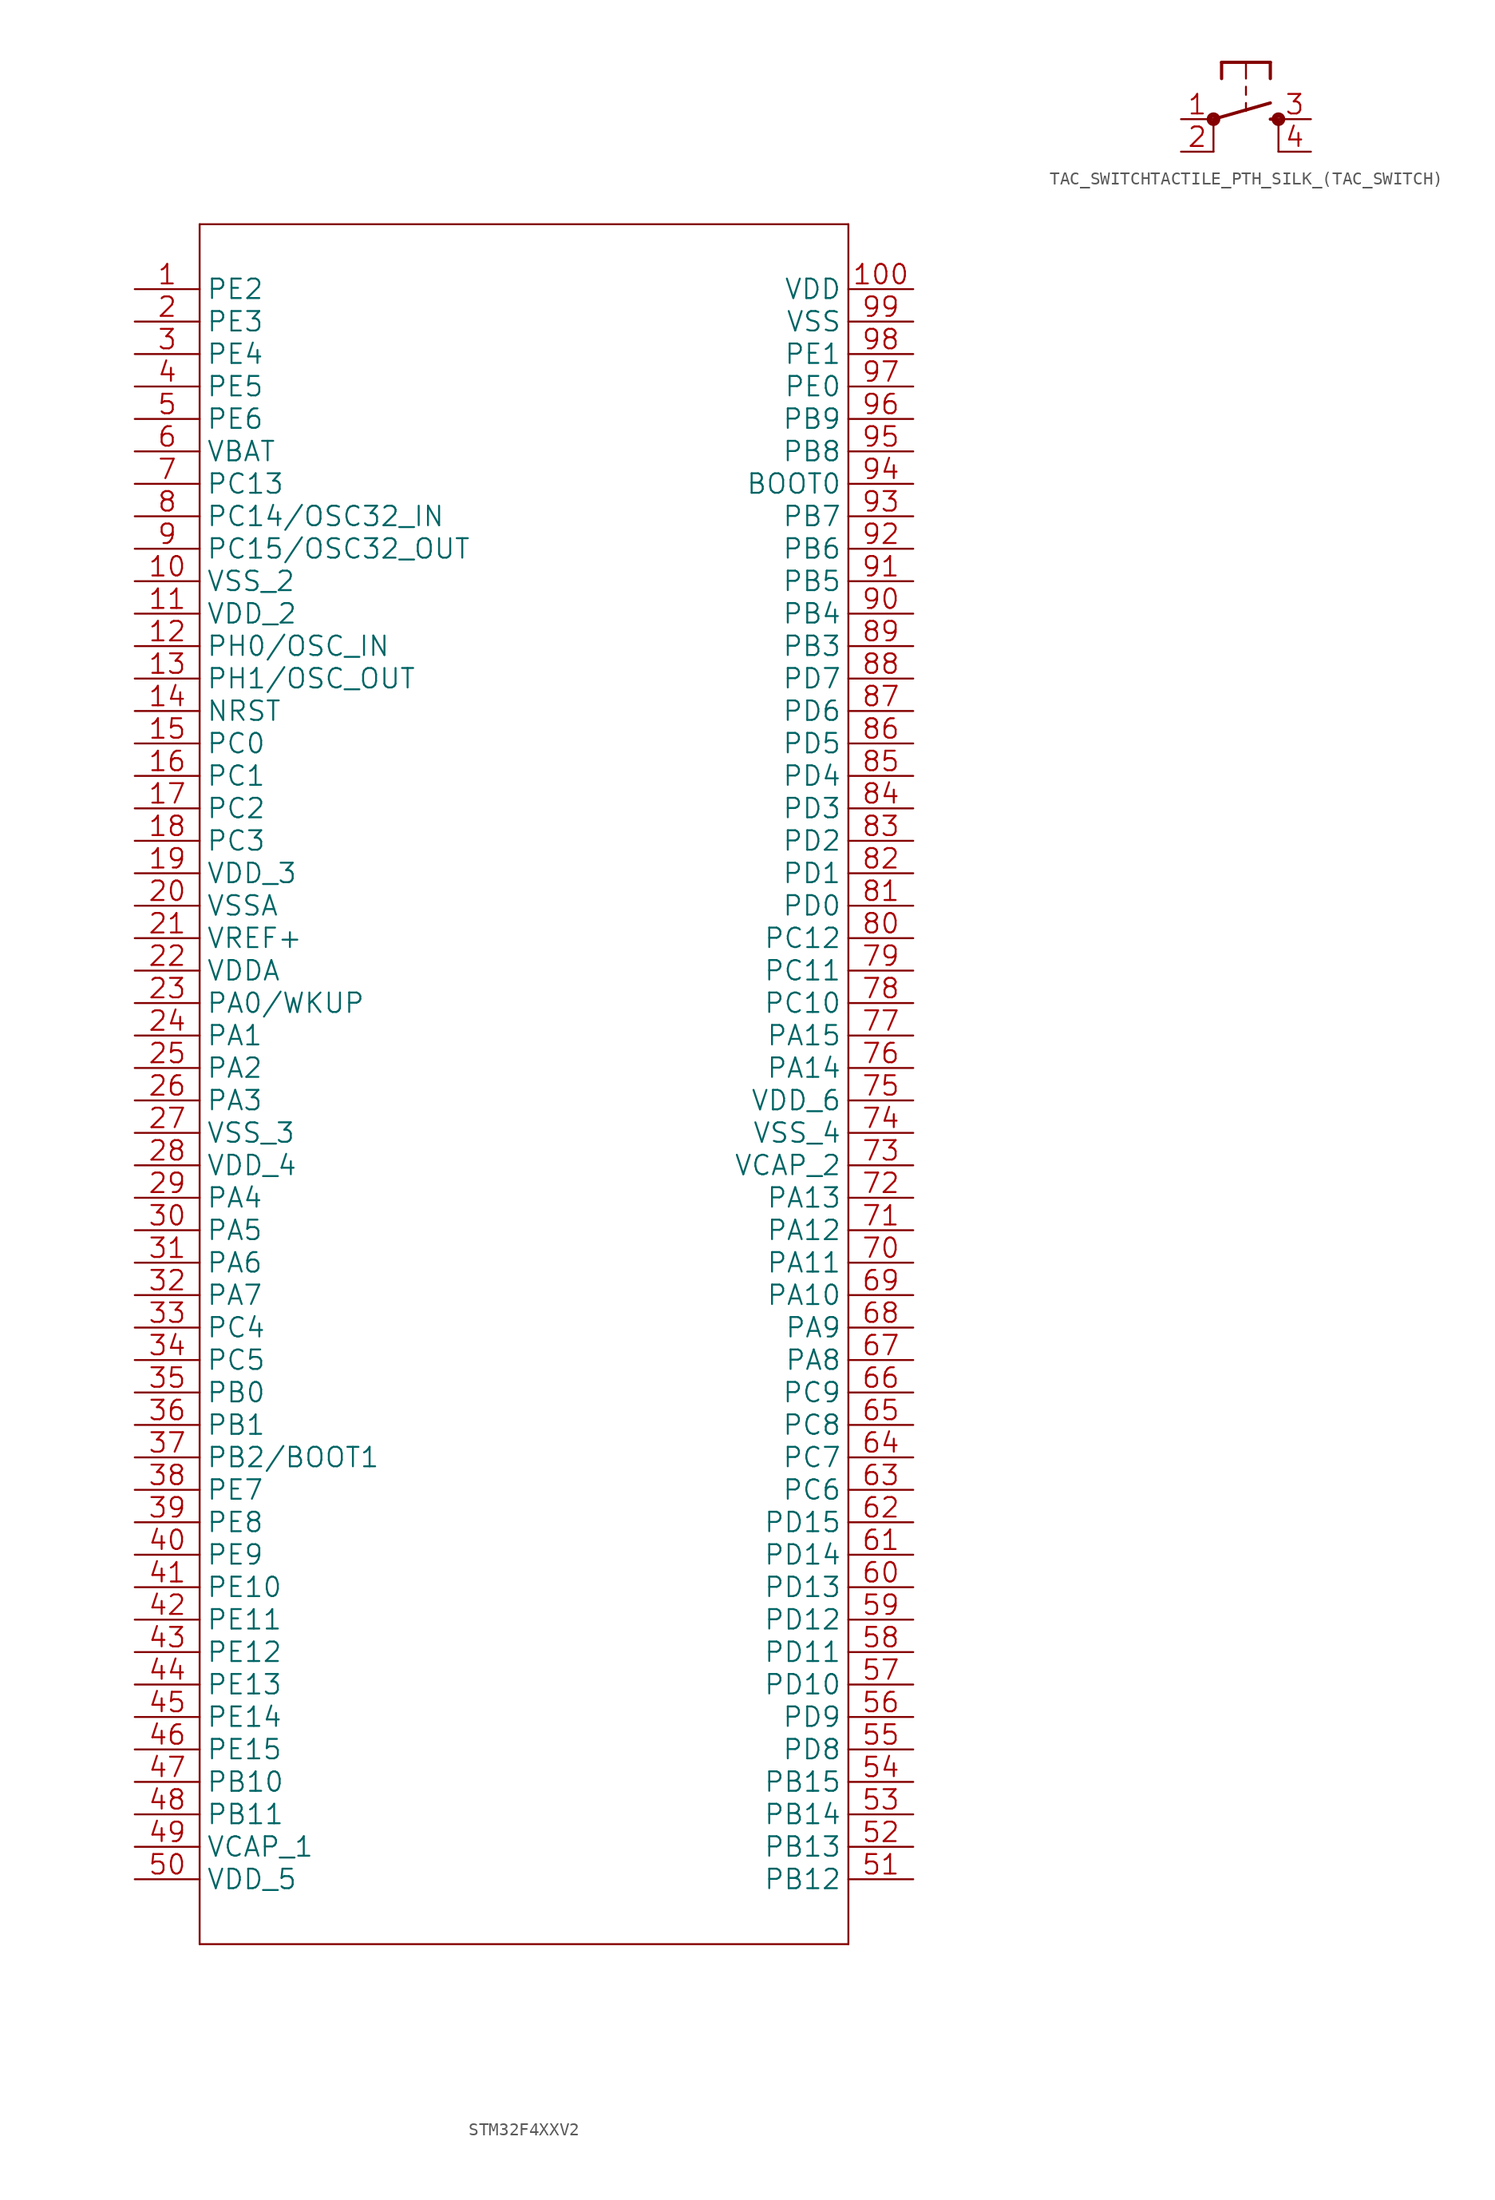
<source format=kicad_sym>
(kicad_symbol_lib
  (version 20241209)
  (generator "kicad_symbol_editor")
  (generator_version "9.0")
  (symbol "STM32F4XXV2"
    (property "Reference" "U"
      (at 0 0 0)
      (effects (font (size 1.27 1.27)) (hide yes)))
    (property "ki_locked" ""
      (at 0 0 0)
      (effects (font (size 1.27 1.27))))
    (symbol "STM32F4XXV2_1_0"
      (polyline (pts (xy -25.4 67.31) (xy -25.4 -67.31)) (stroke (width 0.152) (type solid)) (fill (type none)))
      (polyline (pts (xy -25.4 -67.31) (xy 25.4 -67.31)) (stroke (width 0.152) (type solid)) (fill (type none)))
      (polyline (pts (xy 25.4 67.31) (xy -25.4 67.31)) (stroke (width 0.152) (type solid)) (fill (type none)))
      (polyline (pts (xy 25.4 -67.31) (xy 25.4 67.31)) (stroke (width 0.152) (type solid)) (fill (type none)))
      (pin bidirectional line (at -30.48 62.23 0) (length 5.08) (name "PE2" (effects (font (size 1.524 1.524)))) (number "1" (effects (font (size 1.524 1.524)))))
      (pin bidirectional line (at -30.48 59.69 0) (length 5.08) (name "PE3" (effects (font (size 1.524 1.524)))) (number "2" (effects (font (size 1.524 1.524)))))
      (pin bidirectional line (at -30.48 57.15 0) (length 5.08) (name "PE4" (effects (font (size 1.524 1.524)))) (number "3" (effects (font (size 1.524 1.524)))))
      (pin bidirectional line (at -30.48 54.61 0) (length 5.08) (name "PE5" (effects (font (size 1.524 1.524)))) (number "4" (effects (font (size 1.524 1.524)))))
      (pin bidirectional line (at -30.48 52.07 0) (length 5.08) (name "PE6" (effects (font (size 1.524 1.524)))) (number "5" (effects (font (size 1.524 1.524)))))
      (pin power_in line (at -30.48 49.53 0) (length 5.08) (name "VBAT" (effects (font (size 1.524 1.524)))) (number "6" (effects (font (size 1.524 1.524)))))
      (pin bidirectional line (at -30.48 46.99 0) (length 5.08) (name "PC13" (effects (font (size 1.524 1.524)))) (number "7" (effects (font (size 1.524 1.524)))))
      (pin bidirectional line (at -30.48 44.45 0) (length 5.08) (name "PC14/OSC32_IN" (effects (font (size 1.524 1.524)))) (number "8" (effects (font (size 1.524 1.524)))))
      (pin bidirectional line (at -30.48 41.91 0) (length 5.08) (name "PC15/OSC32_OUT" (effects (font (size 1.524 1.524)))) (number "9" (effects (font (size 1.524 1.524)))))
      (pin power_in line (at -30.48 39.37 0) (length 5.08) (name "VSS_2" (effects (font (size 1.524 1.524)))) (number "10" (effects (font (size 1.524 1.524)))))
      (pin power_in line (at -30.48 36.83 0) (length 5.08) (name "VDD_2" (effects (font (size 1.524 1.524)))) (number "11" (effects (font (size 1.524 1.524)))))
      (pin bidirectional line (at -30.48 34.29 0) (length 5.08) (name "PH0/OSC_IN" (effects (font (size 1.524 1.524)))) (number "12" (effects (font (size 1.524 1.524)))))
      (pin bidirectional line (at -30.48 31.75 0) (length 5.08) (name "PH1/OSC_OUT" (effects (font (size 1.524 1.524)))) (number "13" (effects (font (size 1.524 1.524)))))
      (pin bidirectional line (at -30.48 29.21 0) (length 5.08) (name "NRST" (effects (font (size 1.524 1.524)))) (number "14" (effects (font (size 1.524 1.524)))))
      (pin bidirectional line (at -30.48 26.67 0) (length 5.08) (name "PC0" (effects (font (size 1.524 1.524)))) (number "15" (effects (font (size 1.524 1.524)))))
      (pin bidirectional line (at -30.48 24.13 0) (length 5.08) (name "PC1" (effects (font (size 1.524 1.524)))) (number "16" (effects (font (size 1.524 1.524)))))
      (pin bidirectional line (at -30.48 21.59 0) (length 5.08) (name "PC2" (effects (font (size 1.524 1.524)))) (number "17" (effects (font (size 1.524 1.524)))))
      (pin bidirectional line (at -30.48 19.05 0) (length 5.08) (name "PC3" (effects (font (size 1.524 1.524)))) (number "18" (effects (font (size 1.524 1.524)))))
      (pin power_in line (at -30.48 16.51 0) (length 5.08) (name "VDD_3" (effects (font (size 1.524 1.524)))) (number "19" (effects (font (size 1.524 1.524)))))
      (pin power_in line (at -30.48 13.97 0) (length 5.08) (name "VSSA" (effects (font (size 1.524 1.524)))) (number "20" (effects (font (size 1.524 1.524)))))
      (pin power_in line (at -30.48 11.43 0) (length 5.08) (name "VREF+" (effects (font (size 1.524 1.524)))) (number "21" (effects (font (size 1.524 1.524)))))
      (pin power_in line (at -30.48 8.89 0) (length 5.08) (name "VDDA" (effects (font (size 1.524 1.524)))) (number "22" (effects (font (size 1.524 1.524)))))
      (pin bidirectional line (at -30.48 6.35 0) (length 5.08) (name "PA0/WKUP" (effects (font (size 1.524 1.524)))) (number "23" (effects (font (size 1.524 1.524)))))
      (pin bidirectional line (at -30.48 3.81 0) (length 5.08) (name "PA1" (effects (font (size 1.524 1.524)))) (number "24" (effects (font (size 1.524 1.524)))))
      (pin bidirectional line (at -30.48 1.27 0) (length 5.08) (name "PA2" (effects (font (size 1.524 1.524)))) (number "25" (effects (font (size 1.524 1.524)))))
      (pin bidirectional line (at -30.48 -1.27 0) (length 5.08) (name "PA3" (effects (font (size 1.524 1.524)))) (number "26" (effects (font (size 1.524 1.524)))))
      (pin power_in line (at -30.48 -3.81 0) (length 5.08) (name "VSS_3" (effects (font (size 1.524 1.524)))) (number "27" (effects (font (size 1.524 1.524)))))
      (pin power_in line (at -30.48 -6.35 0) (length 5.08) (name "VDD_4" (effects (font (size 1.524 1.524)))) (number "28" (effects (font (size 1.524 1.524)))))
      (pin bidirectional line (at -30.48 -8.89 0) (length 5.08) (name "PA4" (effects (font (size 1.524 1.524)))) (number "29" (effects (font (size 1.524 1.524)))))
      (pin bidirectional line (at -30.48 -11.43 0) (length 5.08) (name "PA5" (effects (font (size 1.524 1.524)))) (number "30" (effects (font (size 1.524 1.524)))))
      (pin bidirectional line (at -30.48 -13.97 0) (length 5.08) (name "PA6" (effects (font (size 1.524 1.524)))) (number "31" (effects (font (size 1.524 1.524)))))
      (pin bidirectional line (at -30.48 -16.51 0) (length 5.08) (name "PA7" (effects (font (size 1.524 1.524)))) (number "32" (effects (font (size 1.524 1.524)))))
      (pin bidirectional line (at -30.48 -19.05 0) (length 5.08) (name "PC4" (effects (font (size 1.524 1.524)))) (number "33" (effects (font (size 1.524 1.524)))))
      (pin bidirectional line (at -30.48 -21.59 0) (length 5.08) (name "PC5" (effects (font (size 1.524 1.524)))) (number "34" (effects (font (size 1.524 1.524)))))
      (pin bidirectional line (at -30.48 -24.13 0) (length 5.08) (name "PB0" (effects (font (size 1.524 1.524)))) (number "35" (effects (font (size 1.524 1.524)))))
      (pin bidirectional line (at -30.48 -26.67 0) (length 5.08) (name "PB1" (effects (font (size 1.524 1.524)))) (number "36" (effects (font (size 1.524 1.524)))))
      (pin bidirectional line (at -30.48 -29.21 0) (length 5.08) (name "PB2/BOOT1" (effects (font (size 1.524 1.524)))) (number "37" (effects (font (size 1.524 1.524)))))
      (pin bidirectional line (at -30.48 -31.75 0) (length 5.08) (name "PE7" (effects (font (size 1.524 1.524)))) (number "38" (effects (font (size 1.524 1.524)))))
      (pin bidirectional line (at -30.48 -34.29 0) (length 5.08) (name "PE8" (effects (font (size 1.524 1.524)))) (number "39" (effects (font (size 1.524 1.524)))))
      (pin bidirectional line (at -30.48 -36.83 0) (length 5.08) (name "PE9" (effects (font (size 1.524 1.524)))) (number "40" (effects (font (size 1.524 1.524)))))
      (pin bidirectional line (at -30.48 -39.37 0) (length 5.08) (name "PE10" (effects (font (size 1.524 1.524)))) (number "41" (effects (font (size 1.524 1.524)))))
      (pin bidirectional line (at -30.48 -41.91 0) (length 5.08) (name "PE11" (effects (font (size 1.524 1.524)))) (number "42" (effects (font (size 1.524 1.524)))))
      (pin bidirectional line (at -30.48 -44.45 0) (length 5.08) (name "PE12" (effects (font (size 1.524 1.524)))) (number "43" (effects (font (size 1.524 1.524)))))
      (pin bidirectional line (at -30.48 -46.99 0) (length 5.08) (name "PE13" (effects (font (size 1.524 1.524)))) (number "44" (effects (font (size 1.524 1.524)))))
      (pin bidirectional line (at -30.48 -49.53 0) (length 5.08) (name "PE14" (effects (font (size 1.524 1.524)))) (number "45" (effects (font (size 1.524 1.524)))))
      (pin bidirectional line (at -30.48 -52.07 0) (length 5.08) (name "PE15" (effects (font (size 1.524 1.524)))) (number "46" (effects (font (size 1.524 1.524)))))
      (pin bidirectional line (at -30.48 -54.61 0) (length 5.08) (name "PB10" (effects (font (size 1.524 1.524)))) (number "47" (effects (font (size 1.524 1.524)))))
      (pin bidirectional line (at -30.48 -57.15 0) (length 5.08) (name "PB11" (effects (font (size 1.524 1.524)))) (number "48" (effects (font (size 1.524 1.524)))))
      (pin power_in line (at -30.48 -59.69 0) (length 5.08) (name "VCAP_1" (effects (font (size 1.524 1.524)))) (number "49" (effects (font (size 1.524 1.524)))))
      (pin power_in line (at -30.48 -62.23 0) (length 5.08) (name "VDD_5" (effects (font (size 1.524 1.524)))) (number "50" (effects (font (size 1.524 1.524)))))
      (pin power_in line (at 30.48 62.23 180) (length 5.08) (name "VDD" (effects (font (size 1.524 1.524)))) (number "100" (effects (font (size 1.524 1.524)))))
      (pin power_in line (at 30.48 59.69 180) (length 5.08) (name "VSS" (effects (font (size 1.524 1.524)))) (number "99" (effects (font (size 1.524 1.524)))))
      (pin bidirectional line (at 30.48 57.15 180) (length 5.08) (name "PE1" (effects (font (size 1.524 1.524)))) (number "98" (effects (font (size 1.524 1.524)))))
      (pin bidirectional line (at 30.48 54.61 180) (length 5.08) (name "PE0" (effects (font (size 1.524 1.524)))) (number "97" (effects (font (size 1.524 1.524)))))
      (pin bidirectional line (at 30.48 52.07 180) (length 5.08) (name "PB9" (effects (font (size 1.524 1.524)))) (number "96" (effects (font (size 1.524 1.524)))))
      (pin bidirectional line (at 30.48 49.53 180) (length 5.08) (name "PB8" (effects (font (size 1.524 1.524)))) (number "95" (effects (font (size 1.524 1.524)))))
      (pin input line (at 30.48 46.99 180) (length 5.08) (name "BOOT0" (effects (font (size 1.524 1.524)))) (number "94" (effects (font (size 1.524 1.524)))))
      (pin bidirectional line (at 30.48 44.45 180) (length 5.08) (name "PB7" (effects (font (size 1.524 1.524)))) (number "93" (effects (font (size 1.524 1.524)))))
      (pin bidirectional line (at 30.48 41.91 180) (length 5.08) (name "PB6" (effects (font (size 1.524 1.524)))) (number "92" (effects (font (size 1.524 1.524)))))
      (pin bidirectional line (at 30.48 39.37 180) (length 5.08) (name "PB5" (effects (font (size 1.524 1.524)))) (number "91" (effects (font (size 1.524 1.524)))))
      (pin bidirectional line (at 30.48 36.83 180) (length 5.08) (name "PB4" (effects (font (size 1.524 1.524)))) (number "90" (effects (font (size 1.524 1.524)))))
      (pin bidirectional line (at 30.48 34.29 180) (length 5.08) (name "PB3" (effects (font (size 1.524 1.524)))) (number "89" (effects (font (size 1.524 1.524)))))
      (pin bidirectional line (at 30.48 31.75 180) (length 5.08) (name "PD7" (effects (font (size 1.524 1.524)))) (number "88" (effects (font (size 1.524 1.524)))))
      (pin bidirectional line (at 30.48 29.21 180) (length 5.08) (name "PD6" (effects (font (size 1.524 1.524)))) (number "87" (effects (font (size 1.524 1.524)))))
      (pin bidirectional line (at 30.48 26.67 180) (length 5.08) (name "PD5" (effects (font (size 1.524 1.524)))) (number "86" (effects (font (size 1.524 1.524)))))
      (pin bidirectional line (at 30.48 24.13 180) (length 5.08) (name "PD4" (effects (font (size 1.524 1.524)))) (number "85" (effects (font (size 1.524 1.524)))))
      (pin bidirectional line (at 30.48 21.59 180) (length 5.08) (name "PD3" (effects (font (size 1.524 1.524)))) (number "84" (effects (font (size 1.524 1.524)))))
      (pin bidirectional line (at 30.48 19.05 180) (length 5.08) (name "PD2" (effects (font (size 1.524 1.524)))) (number "83" (effects (font (size 1.524 1.524)))))
      (pin bidirectional line (at 30.48 16.51 180) (length 5.08) (name "PD1" (effects (font (size 1.524 1.524)))) (number "82" (effects (font (size 1.524 1.524)))))
      (pin bidirectional line (at 30.48 13.97 180) (length 5.08) (name "PD0" (effects (font (size 1.524 1.524)))) (number "81" (effects (font (size 1.524 1.524)))))
      (pin bidirectional line (at 30.48 11.43 180) (length 5.08) (name "PC12" (effects (font (size 1.524 1.524)))) (number "80" (effects (font (size 1.524 1.524)))))
      (pin bidirectional line (at 30.48 8.89 180) (length 5.08) (name "PC11" (effects (font (size 1.524 1.524)))) (number "79" (effects (font (size 1.524 1.524)))))
      (pin bidirectional line (at 30.48 6.35 180) (length 5.08) (name "PC10" (effects (font (size 1.524 1.524)))) (number "78" (effects (font (size 1.524 1.524)))))
      (pin bidirectional line (at 30.48 3.81 180) (length 5.08) (name "PA15" (effects (font (size 1.524 1.524)))) (number "77" (effects (font (size 1.524 1.524)))))
      (pin bidirectional line (at 30.48 1.27 180) (length 5.08) (name "PA14" (effects (font (size 1.524 1.524)))) (number "76" (effects (font (size 1.524 1.524)))))
      (pin power_in line (at 30.48 -1.27 180) (length 5.08) (name "VDD_6" (effects (font (size 1.524 1.524)))) (number "75" (effects (font (size 1.524 1.524)))))
      (pin power_in line (at 30.48 -3.81 180) (length 5.08) (name "VSS_4" (effects (font (size 1.524 1.524)))) (number "74" (effects (font (size 1.524 1.524)))))
      (pin power_in line (at 30.48 -6.35 180) (length 5.08) (name "VCAP_2" (effects (font (size 1.524 1.524)))) (number "73" (effects (font (size 1.524 1.524)))))
      (pin bidirectional line (at 30.48 -8.89 180) (length 5.08) (name "PA13" (effects (font (size 1.524 1.524)))) (number "72" (effects (font (size 1.524 1.524)))))
      (pin bidirectional line (at 30.48 -11.43 180) (length 5.08) (name "PA12" (effects (font (size 1.524 1.524)))) (number "71" (effects (font (size 1.524 1.524)))))
      (pin bidirectional line (at 30.48 -13.97 180) (length 5.08) (name "PA11" (effects (font (size 1.524 1.524)))) (number "70" (effects (font (size 1.524 1.524)))))
      (pin bidirectional line (at 30.48 -16.51 180) (length 5.08) (name "PA10" (effects (font (size 1.524 1.524)))) (number "69" (effects (font (size 1.524 1.524)))))
      (pin bidirectional line (at 30.48 -19.05 180) (length 5.08) (name "PA9" (effects (font (size 1.524 1.524)))) (number "68" (effects (font (size 1.524 1.524)))))
      (pin bidirectional line (at 30.48 -21.59 180) (length 5.08) (name "PA8" (effects (font (size 1.524 1.524)))) (number "67" (effects (font (size 1.524 1.524)))))
      (pin bidirectional line (at 30.48 -24.13 180) (length 5.08) (name "PC9" (effects (font (size 1.524 1.524)))) (number "66" (effects (font (size 1.524 1.524)))))
      (pin bidirectional line (at 30.48 -26.67 180) (length 5.08) (name "PC8" (effects (font (size 1.524 1.524)))) (number "65" (effects (font (size 1.524 1.524)))))
      (pin bidirectional line (at 30.48 -29.21 180) (length 5.08) (name "PC7" (effects (font (size 1.524 1.524)))) (number "64" (effects (font (size 1.524 1.524)))))
      (pin bidirectional line (at 30.48 -31.75 180) (length 5.08) (name "PC6" (effects (font (size 1.524 1.524)))) (number "63" (effects (font (size 1.524 1.524)))))
      (pin bidirectional line (at 30.48 -34.29 180) (length 5.08) (name "PD15" (effects (font (size 1.524 1.524)))) (number "62" (effects (font (size 1.524 1.524)))))
      (pin bidirectional line (at 30.48 -36.83 180) (length 5.08) (name "PD14" (effects (font (size 1.524 1.524)))) (number "61" (effects (font (size 1.524 1.524)))))
      (pin bidirectional line (at 30.48 -39.37 180) (length 5.08) (name "PD13" (effects (font (size 1.524 1.524)))) (number "60" (effects (font (size 1.524 1.524)))))
      (pin bidirectional line (at 30.48 -41.91 180) (length 5.08) (name "PD12" (effects (font (size 1.524 1.524)))) (number "59" (effects (font (size 1.524 1.524)))))
      (pin bidirectional line (at 30.48 -44.45 180) (length 5.08) (name "PD11" (effects (font (size 1.524 1.524)))) (number "58" (effects (font (size 1.524 1.524)))))
      (pin bidirectional line (at 30.48 -46.99 180) (length 5.08) (name "PD10" (effects (font (size 1.524 1.524)))) (number "57" (effects (font (size 1.524 1.524)))))
      (pin bidirectional line (at 30.48 -49.53 180) (length 5.08) (name "PD9" (effects (font (size 1.524 1.524)))) (number "56" (effects (font (size 1.524 1.524)))))
      (pin bidirectional line (at 30.48 -52.07 180) (length 5.08) (name "PD8" (effects (font (size 1.524 1.524)))) (number "55" (effects (font (size 1.524 1.524)))))
      (pin bidirectional line (at 30.48 -54.61 180) (length 5.08) (name "PB15" (effects (font (size 1.524 1.524)))) (number "54" (effects (font (size 1.524 1.524)))))
      (pin bidirectional line (at 30.48 -57.15 180) (length 5.08) (name "PB14" (effects (font (size 1.524 1.524)))) (number "53" (effects (font (size 1.524 1.524)))))
      (pin bidirectional line (at 30.48 -59.69 180) (length 5.08) (name "PB13" (effects (font (size 1.524 1.524)))) (number "52" (effects (font (size 1.524 1.524)))))
      (pin bidirectional line (at 30.48 -62.23 180) (length 5.08) (name "PB12" (effects (font (size 1.524 1.524)))) (number "51" (effects (font (size 1.524 1.524)))))))
  (symbol "TAC_SWITCHTACTILE_PTH_SILK_(TAC_SWITCH)"
    (property "Reference" "S_BANK"
      (at 0 0 0)
      (effects (font (size 1.27 1.27)) (hide yes)))
    (property "ki_locked" ""
      (at 0 0 0)
      (effects (font (size 1.27 1.27))))
    (symbol "TAC_SWITCHTACTILE_PTH_SILK_(TAC_SWITCH)_1_0"
      (polyline (pts (xy -2.54 -0.952) (xy 1.905 0.317)) (stroke (width 0.254) (type solid)) (fill (type none)))
      (circle (center -2.54 -0.953) (radius 0.127) (stroke (width 0.406) (type solid)) (fill (type none)))
      (polyline (pts (xy -2.54 -3.492) (xy -2.54 -0.952)) (stroke (width 0.152) (type solid)) (fill (type none)))
      (polyline (pts (xy -1.905 3.492) (xy -1.905 2.222)) (stroke (width 0.254) (type solid)) (fill (type none)))
      (polyline (pts (xy 0 3.492) (xy -1.905 3.492)) (stroke (width 0.254) (type solid)) (fill (type none)))
      (polyline (pts (xy 0 3.492) (xy 0 2.222)) (stroke (width 0.152) (type solid)) (fill (type none)))
      (polyline (pts (xy 0 1.587) (xy 0 0.952)) (stroke (width 0.152) (type solid)) (fill (type none)))
      (polyline (pts (xy 0 0.317) (xy 0 -0.317)) (stroke (width 0.152) (type solid)) (fill (type none)))
      (polyline (pts (xy 1.905 3.492) (xy 0 3.492)) (stroke (width 0.254) (type solid)) (fill (type none)))
      (polyline (pts (xy 1.905 3.492) (xy 1.905 2.222)) (stroke (width 0.254) (type solid)) (fill (type none)))
      (polyline (pts (xy 1.905 -0.952) (xy 2.54 -0.952)) (stroke (width 0.254) (type solid)) (fill (type none)))
      (circle (center 2.54 -0.953) (radius 0.127) (stroke (width 0.406) (type solid)) (fill (type none)))
      (polyline (pts (xy 2.54 -3.492) (xy 2.54 -0.952)) (stroke (width 0.152) (type solid)) (fill (type none)))
      (pin passive line (at -5.08 -0.952 0) (length 2.54) (name "1" (effects (font (size 0 0)))) (number "1" (effects (font (size 1.524 1.524)))))
      (pin passive line (at -5.08 -3.492 0) (length 2.54) (name "2" (effects (font (size 0 0)))) (number "2" (effects (font (size 1.524 1.524)))))
      (pin passive line (at 5.08 -0.952 180) (length 2.54) (name "3" (effects (font (size 0 0)))) (number "3" (effects (font (size 1.524 1.524)))))
      (pin passive line (at 5.08 -3.492 180) (length 2.54) (name "4" (effects (font (size 0 0)))) (number "4" (effects (font (size 1.524 1.524))))))))
</source>
